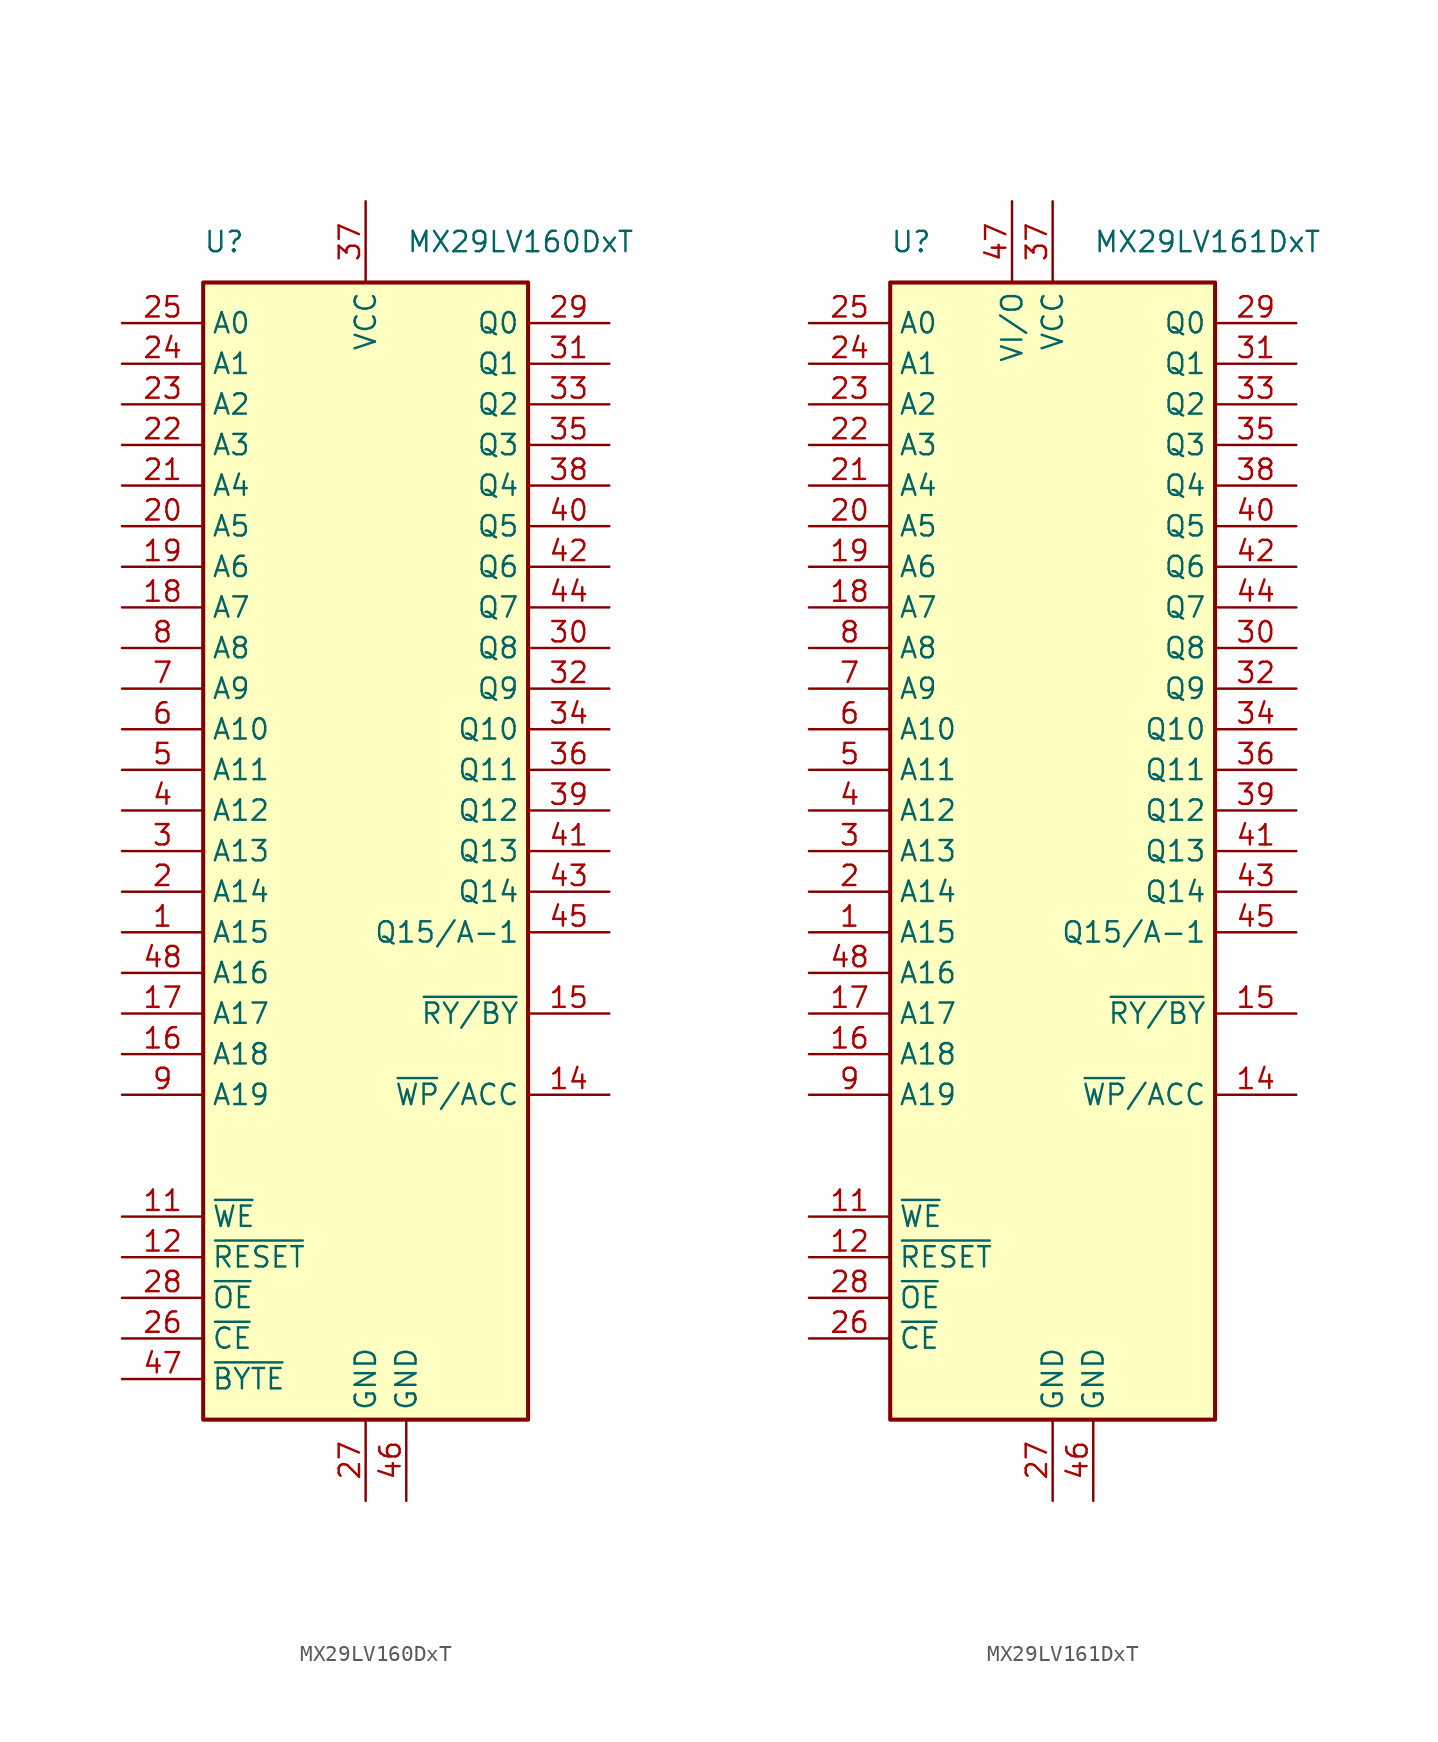
<source format=kicad_sym>
(kicad_symbol_lib
  (version 20241209)
  (generator "kicad_symbol_editor")
  (generator_version "9.0")
  (symbol "MX29LV160DxT"
    (property "Reference" "U"
      (at -10.16 38.1 0)
      (effects (font (size 1.27 1.27)) (justify left)))
    (property "Value" "MX29LV160DxT"
      (at 2.54 38.1 0)
      (effects (font (size 1.27 1.27)) (justify left)))
    (symbol "MX29LV160DxT_0_1"
      (rectangle (start -10.16 35.56) (end 10.16 -35.56) (stroke (width 0.254) (type default)) (fill (type background))))
    (symbol "MX29LV160DxT_1_1"
      (pin input line (at -15.24 33.02 0) (length 5.08) (name "A0" (effects (font (size 1.27 1.27)))) (number "25" (effects (font (size 1.27 1.27)))))
      (pin input line (at -15.24 30.48 0) (length 5.08) (name "A1" (effects (font (size 1.27 1.27)))) (number "24" (effects (font (size 1.27 1.27)))))
      (pin input line (at -15.24 27.94 0) (length 5.08) (name "A2" (effects (font (size 1.27 1.27)))) (number "23" (effects (font (size 1.27 1.27)))))
      (pin input line (at -15.24 25.4 0) (length 5.08) (name "A3" (effects (font (size 1.27 1.27)))) (number "22" (effects (font (size 1.27 1.27)))))
      (pin input line (at -15.24 22.86 0) (length 5.08) (name "A4" (effects (font (size 1.27 1.27)))) (number "21" (effects (font (size 1.27 1.27)))))
      (pin input line (at -15.24 20.32 0) (length 5.08) (name "A5" (effects (font (size 1.27 1.27)))) (number "20" (effects (font (size 1.27 1.27)))))
      (pin input line (at -15.24 17.78 0) (length 5.08) (name "A6" (effects (font (size 1.27 1.27)))) (number "19" (effects (font (size 1.27 1.27)))))
      (pin input line (at -15.24 15.24 0) (length 5.08) (name "A7" (effects (font (size 1.27 1.27)))) (number "18" (effects (font (size 1.27 1.27)))))
      (pin input line (at -15.24 12.7 0) (length 5.08) (name "A8" (effects (font (size 1.27 1.27)))) (number "8" (effects (font (size 1.27 1.27)))))
      (pin input line (at -15.24 10.16 0) (length 5.08) (name "A9" (effects (font (size 1.27 1.27)))) (number "7" (effects (font (size 1.27 1.27)))))
      (pin input line (at -15.24 7.62 0) (length 5.08) (name "A10" (effects (font (size 1.27 1.27)))) (number "6" (effects (font (size 1.27 1.27)))))
      (pin input line (at -15.24 5.08 0) (length 5.08) (name "A11" (effects (font (size 1.27 1.27)))) (number "5" (effects (font (size 1.27 1.27)))))
      (pin input line (at -15.24 2.54 0) (length 5.08) (name "A12" (effects (font (size 1.27 1.27)))) (number "4" (effects (font (size 1.27 1.27)))))
      (pin input line (at -15.24 0 0) (length 5.08) (name "A13" (effects (font (size 1.27 1.27)))) (number "3" (effects (font (size 1.27 1.27)))))
      (pin input line (at -15.24 -2.54 0) (length 5.08) (name "A14" (effects (font (size 1.27 1.27)))) (number "2" (effects (font (size 1.27 1.27)))))
      (pin input line (at -15.24 -5.08 0) (length 5.08) (name "A15" (effects (font (size 1.27 1.27)))) (number "1" (effects (font (size 1.27 1.27)))))
      (pin input line (at -15.24 -7.62 0) (length 5.08) (name "A16" (effects (font (size 1.27 1.27)))) (number "48" (effects (font (size 1.27 1.27)))))
      (pin input line (at -15.24 -10.16 0) (length 5.08) (name "A17" (effects (font (size 1.27 1.27)))) (number "17" (effects (font (size 1.27 1.27)))))
      (pin input line (at -15.24 -12.7 0) (length 5.08) (name "A18" (effects (font (size 1.27 1.27)))) (number "16" (effects (font (size 1.27 1.27)))))
      (pin input line (at -15.24 -15.24 0) (length 5.08) (name "A19" (effects (font (size 1.27 1.27)))) (number "9" (effects (font (size 1.27 1.27)))))
      (pin input line (at -15.24 -22.86 0) (length 5.08) (name "~{WE}" (effects (font (size 1.27 1.27)))) (number "11" (effects (font (size 1.27 1.27)))))
      (pin input line (at -15.24 -25.4 0) (length 5.08) (name "~{RESET}" (effects (font (size 1.27 1.27)))) (number "12" (effects (font (size 1.27 1.27)))))
      (pin input line (at -15.24 -27.94 0) (length 5.08) (name "~{OE}" (effects (font (size 1.27 1.27)))) (number "28" (effects (font (size 1.27 1.27)))))
      (pin input line (at -15.24 -30.48 0) (length 5.08) (name "~{CE}" (effects (font (size 1.27 1.27)))) (number "26" (effects (font (size 1.27 1.27)))))
      (pin input line (at -15.24 -33.02 0) (length 5.08) (name "~{BYTE}" (effects (font (size 1.27 1.27)))) (number "47" (effects (font (size 1.27 1.27)))))
      (pin no_connect line (at -10.16 -17.78 0) (length 5.08) (hide yes) (name "NC" (effects (font (size 1.27 1.27)))) (number "10" (effects (font (size 1.27 1.27)))))
      (pin no_connect line (at -10.16 -20.32 0) (length 5.08) (hide yes) (name "NC" (effects (font (size 1.27 1.27)))) (number "13" (effects (font (size 1.27 1.27)))))
      (pin power_in line (at 0 40.64 270) (length 5.08) (name "VCC" (effects (font (size 1.27 1.27)))) (number "37" (effects (font (size 1.27 1.27)))))
      (pin power_in line (at 0 -40.64 90) (length 5.08) (name "GND" (effects (font (size 1.27 1.27)))) (number "27" (effects (font (size 1.27 1.27)))))
      (pin power_in line (at 2.54 -40.64 90) (length 5.08) (name "GND" (effects (font (size 1.27 1.27)))) (number "46" (effects (font (size 1.27 1.27)))))
      (pin bidirectional line (at 15.24 33.02 180) (length 5.08) (name "Q0" (effects (font (size 1.27 1.27)))) (number "29" (effects (font (size 1.27 1.27)))))
      (pin bidirectional line (at 15.24 30.48 180) (length 5.08) (name "Q1" (effects (font (size 1.27 1.27)))) (number "31" (effects (font (size 1.27 1.27)))))
      (pin bidirectional line (at 15.24 27.94 180) (length 5.08) (name "Q2" (effects (font (size 1.27 1.27)))) (number "33" (effects (font (size 1.27 1.27)))))
      (pin bidirectional line (at 15.24 25.4 180) (length 5.08) (name "Q3" (effects (font (size 1.27 1.27)))) (number "35" (effects (font (size 1.27 1.27)))))
      (pin bidirectional line (at 15.24 22.86 180) (length 5.08) (name "Q4" (effects (font (size 1.27 1.27)))) (number "38" (effects (font (size 1.27 1.27)))))
      (pin bidirectional line (at 15.24 20.32 180) (length 5.08) (name "Q5" (effects (font (size 1.27 1.27)))) (number "40" (effects (font (size 1.27 1.27)))))
      (pin bidirectional line (at 15.24 17.78 180) (length 5.08) (name "Q6" (effects (font (size 1.27 1.27)))) (number "42" (effects (font (size 1.27 1.27)))))
      (pin bidirectional line (at 15.24 15.24 180) (length 5.08) (name "Q7" (effects (font (size 1.27 1.27)))) (number "44" (effects (font (size 1.27 1.27)))))
      (pin bidirectional line (at 15.24 12.7 180) (length 5.08) (name "Q8" (effects (font (size 1.27 1.27)))) (number "30" (effects (font (size 1.27 1.27)))))
      (pin bidirectional line (at 15.24 10.16 180) (length 5.08) (name "Q9" (effects (font (size 1.27 1.27)))) (number "32" (effects (font (size 1.27 1.27)))))
      (pin bidirectional line (at 15.24 7.62 180) (length 5.08) (name "Q10" (effects (font (size 1.27 1.27)))) (number "34" (effects (font (size 1.27 1.27)))))
      (pin bidirectional line (at 15.24 5.08 180) (length 5.08) (name "Q11" (effects (font (size 1.27 1.27)))) (number "36" (effects (font (size 1.27 1.27)))))
      (pin bidirectional line (at 15.24 2.54 180) (length 5.08) (name "Q12" (effects (font (size 1.27 1.27)))) (number "39" (effects (font (size 1.27 1.27)))))
      (pin bidirectional line (at 15.24 0 180) (length 5.08) (name "Q13" (effects (font (size 1.27 1.27)))) (number "41" (effects (font (size 1.27 1.27)))))
      (pin bidirectional line (at 15.24 -2.54 180) (length 5.08) (name "Q14" (effects (font (size 1.27 1.27)))) (number "43" (effects (font (size 1.27 1.27)))))
      (pin bidirectional line (at 15.24 -5.08 180) (length 5.08) (name "Q15/A-1" (effects (font (size 1.27 1.27)))) (number "45" (effects (font (size 1.27 1.27)))))
      (pin output line (at 15.24 -10.16 180) (length 5.08) (name "~{RY/BY}" (effects (font (size 1.27 1.27)))) (number "15" (effects (font (size 1.27 1.27)))))
      (pin input line (at 15.24 -15.24 180) (length 5.08) (name "~{WP}/ACC" (effects (font (size 1.27 1.27)))) (number "14" (effects (font (size 1.27 1.27)))))))
  (symbol "MX29LV161DxT"
    (property "Reference" "U"
      (at -10.16 38.1 0)
      (effects (font (size 1.27 1.27)) (justify left)))
    (property "Value" "MX29LV161DxT"
      (at 2.54 38.1 0)
      (effects (font (size 1.27 1.27)) (justify left)))
    (symbol "MX29LV161DxT_0_1"
      (rectangle (start -10.16 35.56) (end 10.16 -35.56) (stroke (width 0.254) (type default)) (fill (type background))))
    (symbol "MX29LV161DxT_1_1"
      (pin input line (at -15.24 33.02 0) (length 5.08) (name "A0" (effects (font (size 1.27 1.27)))) (number "25" (effects (font (size 1.27 1.27)))))
      (pin input line (at -15.24 30.48 0) (length 5.08) (name "A1" (effects (font (size 1.27 1.27)))) (number "24" (effects (font (size 1.27 1.27)))))
      (pin input line (at -15.24 27.94 0) (length 5.08) (name "A2" (effects (font (size 1.27 1.27)))) (number "23" (effects (font (size 1.27 1.27)))))
      (pin input line (at -15.24 25.4 0) (length 5.08) (name "A3" (effects (font (size 1.27 1.27)))) (number "22" (effects (font (size 1.27 1.27)))))
      (pin input line (at -15.24 22.86 0) (length 5.08) (name "A4" (effects (font (size 1.27 1.27)))) (number "21" (effects (font (size 1.27 1.27)))))
      (pin input line (at -15.24 20.32 0) (length 5.08) (name "A5" (effects (font (size 1.27 1.27)))) (number "20" (effects (font (size 1.27 1.27)))))
      (pin input line (at -15.24 17.78 0) (length 5.08) (name "A6" (effects (font (size 1.27 1.27)))) (number "19" (effects (font (size 1.27 1.27)))))
      (pin input line (at -15.24 15.24 0) (length 5.08) (name "A7" (effects (font (size 1.27 1.27)))) (number "18" (effects (font (size 1.27 1.27)))))
      (pin input line (at -15.24 12.7 0) (length 5.08) (name "A8" (effects (font (size 1.27 1.27)))) (number "8" (effects (font (size 1.27 1.27)))))
      (pin input line (at -15.24 10.16 0) (length 5.08) (name "A9" (effects (font (size 1.27 1.27)))) (number "7" (effects (font (size 1.27 1.27)))))
      (pin input line (at -15.24 7.62 0) (length 5.08) (name "A10" (effects (font (size 1.27 1.27)))) (number "6" (effects (font (size 1.27 1.27)))))
      (pin input line (at -15.24 5.08 0) (length 5.08) (name "A11" (effects (font (size 1.27 1.27)))) (number "5" (effects (font (size 1.27 1.27)))))
      (pin input line (at -15.24 2.54 0) (length 5.08) (name "A12" (effects (font (size 1.27 1.27)))) (number "4" (effects (font (size 1.27 1.27)))))
      (pin input line (at -15.24 0 0) (length 5.08) (name "A13" (effects (font (size 1.27 1.27)))) (number "3" (effects (font (size 1.27 1.27)))))
      (pin input line (at -15.24 -2.54 0) (length 5.08) (name "A14" (effects (font (size 1.27 1.27)))) (number "2" (effects (font (size 1.27 1.27)))))
      (pin input line (at -15.24 -5.08 0) (length 5.08) (name "A15" (effects (font (size 1.27 1.27)))) (number "1" (effects (font (size 1.27 1.27)))))
      (pin input line (at -15.24 -7.62 0) (length 5.08) (name "A16" (effects (font (size 1.27 1.27)))) (number "48" (effects (font (size 1.27 1.27)))))
      (pin input line (at -15.24 -10.16 0) (length 5.08) (name "A17" (effects (font (size 1.27 1.27)))) (number "17" (effects (font (size 1.27 1.27)))))
      (pin input line (at -15.24 -12.7 0) (length 5.08) (name "A18" (effects (font (size 1.27 1.27)))) (number "16" (effects (font (size 1.27 1.27)))))
      (pin input line (at -15.24 -15.24 0) (length 5.08) (name "A19" (effects (font (size 1.27 1.27)))) (number "9" (effects (font (size 1.27 1.27)))))
      (pin input line (at -15.24 -22.86 0) (length 5.08) (name "~{WE}" (effects (font (size 1.27 1.27)))) (number "11" (effects (font (size 1.27 1.27)))))
      (pin input line (at -15.24 -25.4 0) (length 5.08) (name "~{RESET}" (effects (font (size 1.27 1.27)))) (number "12" (effects (font (size 1.27 1.27)))))
      (pin input line (at -15.24 -27.94 0) (length 5.08) (name "~{OE}" (effects (font (size 1.27 1.27)))) (number "28" (effects (font (size 1.27 1.27)))))
      (pin input line (at -15.24 -30.48 0) (length 5.08) (name "~{CE}" (effects (font (size 1.27 1.27)))) (number "26" (effects (font (size 1.27 1.27)))))
      (pin no_connect line (at -10.16 -17.78 0) (length 5.08) (hide yes) (name "NC" (effects (font (size 1.27 1.27)))) (number "10" (effects (font (size 1.27 1.27)))))
      (pin no_connect line (at -10.16 -20.32 0) (length 5.08) (hide yes) (name "NC" (effects (font (size 1.27 1.27)))) (number "13" (effects (font (size 1.27 1.27)))))
      (pin power_in line (at -2.54 40.64 270) (length 5.08) (name "VI/O" (effects (font (size 1.27 1.27)))) (number "47" (effects (font (size 1.27 1.27)))))
      (pin power_in line (at 0 40.64 270) (length 5.08) (name "VCC" (effects (font (size 1.27 1.27)))) (number "37" (effects (font (size 1.27 1.27)))))
      (pin power_in line (at 0 -40.64 90) (length 5.08) (name "GND" (effects (font (size 1.27 1.27)))) (number "27" (effects (font (size 1.27 1.27)))))
      (pin power_in line (at 2.54 -40.64 90) (length 5.08) (name "GND" (effects (font (size 1.27 1.27)))) (number "46" (effects (font (size 1.27 1.27)))))
      (pin bidirectional line (at 15.24 33.02 180) (length 5.08) (name "Q0" (effects (font (size 1.27 1.27)))) (number "29" (effects (font (size 1.27 1.27)))))
      (pin bidirectional line (at 15.24 30.48 180) (length 5.08) (name "Q1" (effects (font (size 1.27 1.27)))) (number "31" (effects (font (size 1.27 1.27)))))
      (pin bidirectional line (at 15.24 27.94 180) (length 5.08) (name "Q2" (effects (font (size 1.27 1.27)))) (number "33" (effects (font (size 1.27 1.27)))))
      (pin bidirectional line (at 15.24 25.4 180) (length 5.08) (name "Q3" (effects (font (size 1.27 1.27)))) (number "35" (effects (font (size 1.27 1.27)))))
      (pin bidirectional line (at 15.24 22.86 180) (length 5.08) (name "Q4" (effects (font (size 1.27 1.27)))) (number "38" (effects (font (size 1.27 1.27)))))
      (pin bidirectional line (at 15.24 20.32 180) (length 5.08) (name "Q5" (effects (font (size 1.27 1.27)))) (number "40" (effects (font (size 1.27 1.27)))))
      (pin bidirectional line (at 15.24 17.78 180) (length 5.08) (name "Q6" (effects (font (size 1.27 1.27)))) (number "42" (effects (font (size 1.27 1.27)))))
      (pin bidirectional line (at 15.24 15.24 180) (length 5.08) (name "Q7" (effects (font (size 1.27 1.27)))) (number "44" (effects (font (size 1.27 1.27)))))
      (pin bidirectional line (at 15.24 12.7 180) (length 5.08) (name "Q8" (effects (font (size 1.27 1.27)))) (number "30" (effects (font (size 1.27 1.27)))))
      (pin bidirectional line (at 15.24 10.16 180) (length 5.08) (name "Q9" (effects (font (size 1.27 1.27)))) (number "32" (effects (font (size 1.27 1.27)))))
      (pin bidirectional line (at 15.24 7.62 180) (length 5.08) (name "Q10" (effects (font (size 1.27 1.27)))) (number "34" (effects (font (size 1.27 1.27)))))
      (pin bidirectional line (at 15.24 5.08 180) (length 5.08) (name "Q11" (effects (font (size 1.27 1.27)))) (number "36" (effects (font (size 1.27 1.27)))))
      (pin bidirectional line (at 15.24 2.54 180) (length 5.08) (name "Q12" (effects (font (size 1.27 1.27)))) (number "39" (effects (font (size 1.27 1.27)))))
      (pin bidirectional line (at 15.24 0 180) (length 5.08) (name "Q13" (effects (font (size 1.27 1.27)))) (number "41" (effects (font (size 1.27 1.27)))))
      (pin bidirectional line (at 15.24 -2.54 180) (length 5.08) (name "Q14" (effects (font (size 1.27 1.27)))) (number "43" (effects (font (size 1.27 1.27)))))
      (pin bidirectional line (at 15.24 -5.08 180) (length 5.08) (name "Q15/A-1" (effects (font (size 1.27 1.27)))) (number "45" (effects (font (size 1.27 1.27)))))
      (pin output line (at 15.24 -10.16 180) (length 5.08) (name "~{RY/BY}" (effects (font (size 1.27 1.27)))) (number "15" (effects (font (size 1.27 1.27)))))
      (pin input line (at 15.24 -15.24 180) (length 5.08) (name "~{WP}/ACC" (effects (font (size 1.27 1.27)))) (number "14" (effects (font (size 1.27 1.27))))))))
</source>
